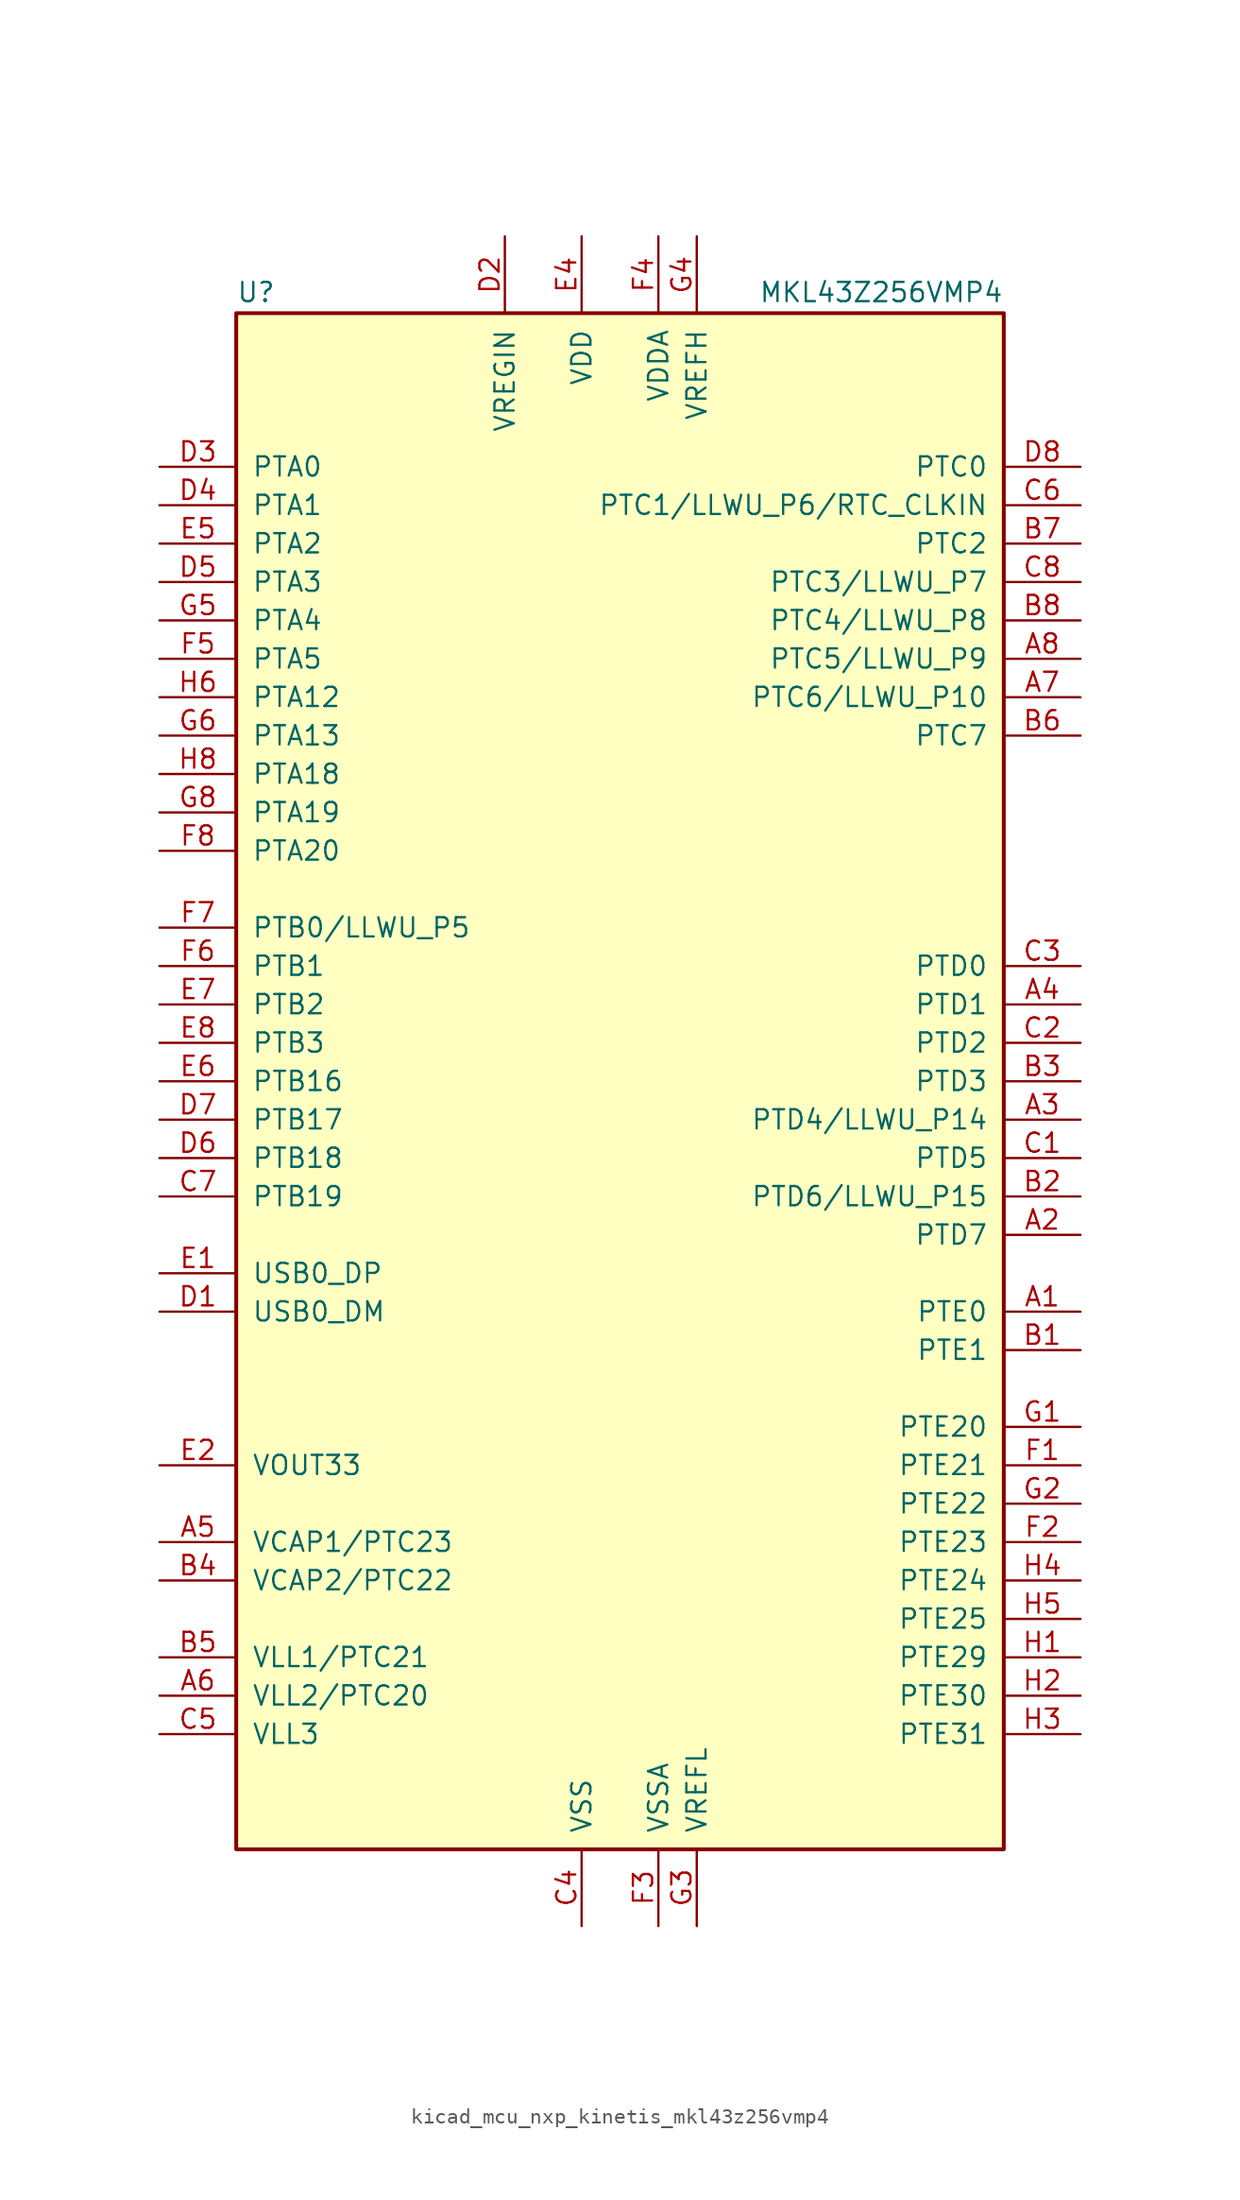
<source format=kicad_sym>
(kicad_symbol_lib
  (version 20220914)
  (generator kicad_symbol_editor)
  (symbol "kicad_mcu_nxp_kinetis_mkl43z256vmp4"
    (pin_names
      (offset 1.016))
    (property "Reference" "U"
      (at -25.4 51.435 0)
      (effects (font (size 1.27 1.27)) (justify left bottom)))
    (property "Value" "MKL43Z256VMP4"
      (at 25.4 51.435 0)
      (effects (font (size 1.27 1.27)) (justify right bottom)))
    (symbol "kicad_mcu_nxp_kinetis_mkl43z256vmp4_0_1"
      (rectangle (start -25.4 50.8) (end 25.4 -50.8) (stroke (width 0.254) (type default)) (fill (type background))))
    (symbol "kicad_mcu_nxp_kinetis_mkl43z256vmp4_1_1"
      (pin bidirectional line (at 30.48 -15.24 180) (length 5.08) (name "PTE0" (effects (font (size 1.27 1.27)))) (number "A1" (effects (font (size 1.27 1.27)))))
      (pin bidirectional line (at 30.48 -10.16 180) (length 5.08) (name "PTD7" (effects (font (size 1.27 1.27)))) (number "A2" (effects (font (size 1.27 1.27)))))
      (pin bidirectional line (at 30.48 -2.54 180) (length 5.08) (name "PTD4/LLWU_P14" (effects (font (size 1.27 1.27)))) (number "A3" (effects (font (size 1.27 1.27)))))
      (pin bidirectional line (at 30.48 5.08 180) (length 5.08) (name "PTD1" (effects (font (size 1.27 1.27)))) (number "A4" (effects (font (size 1.27 1.27)))))
      (pin passive line (at -30.48 -30.48 0) (length 5.08) (name "VCAP1/PTC23" (effects (font (size 1.27 1.27)))) (number "A5" (effects (font (size 1.27 1.27)))))
      (pin power_out line (at -30.48 -40.64 0) (length 5.08) (name "VLL2/PTC20" (effects (font (size 1.27 1.27)))) (number "A6" (effects (font (size 1.27 1.27)))))
      (pin bidirectional line (at 30.48 25.4 180) (length 5.08) (name "PTC6/LLWU_P10" (effects (font (size 1.27 1.27)))) (number "A7" (effects (font (size 1.27 1.27)))))
      (pin bidirectional line (at 30.48 27.94 180) (length 5.08) (name "PTC5/LLWU_P9" (effects (font (size 1.27 1.27)))) (number "A8" (effects (font (size 1.27 1.27)))))
      (pin bidirectional line (at 30.48 -17.78 180) (length 5.08) (name "PTE1" (effects (font (size 1.27 1.27)))) (number "B1" (effects (font (size 1.27 1.27)))))
      (pin bidirectional line (at 30.48 -7.62 180) (length 5.08) (name "PTD6/LLWU_P15" (effects (font (size 1.27 1.27)))) (number "B2" (effects (font (size 1.27 1.27)))))
      (pin bidirectional line (at 30.48 0 180) (length 5.08) (name "PTD3" (effects (font (size 1.27 1.27)))) (number "B3" (effects (font (size 1.27 1.27)))))
      (pin passive line (at -30.48 -33.02 0) (length 5.08) (name "VCAP2/PTC22" (effects (font (size 1.27 1.27)))) (number "B4" (effects (font (size 1.27 1.27)))))
      (pin power_out line (at -30.48 -38.1 0) (length 5.08) (name "VLL1/PTC21" (effects (font (size 1.27 1.27)))) (number "B5" (effects (font (size 1.27 1.27)))))
      (pin bidirectional line (at 30.48 22.86 180) (length 5.08) (name "PTC7" (effects (font (size 1.27 1.27)))) (number "B6" (effects (font (size 1.27 1.27)))))
      (pin bidirectional line (at 30.48 35.56 180) (length 5.08) (name "PTC2" (effects (font (size 1.27 1.27)))) (number "B7" (effects (font (size 1.27 1.27)))))
      (pin bidirectional line (at 30.48 30.48 180) (length 5.08) (name "PTC4/LLWU_P8" (effects (font (size 1.27 1.27)))) (number "B8" (effects (font (size 1.27 1.27)))))
      (pin bidirectional line (at 30.48 -5.08 180) (length 5.08) (name "PTD5" (effects (font (size 1.27 1.27)))) (number "C1" (effects (font (size 1.27 1.27)))))
      (pin bidirectional line (at 30.48 2.54 180) (length 5.08) (name "PTD2" (effects (font (size 1.27 1.27)))) (number "C2" (effects (font (size 1.27 1.27)))))
      (pin bidirectional line (at 30.48 7.62 180) (length 5.08) (name "PTD0" (effects (font (size 1.27 1.27)))) (number "C3" (effects (font (size 1.27 1.27)))))
      (pin power_in line (at -2.54 -55.88 90) (length 5.08) (name "VSS" (effects (font (size 1.27 1.27)))) (number "C4" (effects (font (size 1.27 1.27)))))
      (pin power_out line (at -30.48 -43.18 0) (length 5.08) (name "VLL3" (effects (font (size 1.27 1.27)))) (number "C5" (effects (font (size 1.27 1.27)))))
      (pin bidirectional line (at 30.48 38.1 180) (length 5.08) (name "PTC1/LLWU_P6/RTC_CLKIN" (effects (font (size 1.27 1.27)))) (number "C6" (effects (font (size 1.27 1.27)))))
      (pin bidirectional line (at -30.48 -7.62 0) (length 5.08) (name "PTB19" (effects (font (size 1.27 1.27)))) (number "C7" (effects (font (size 1.27 1.27)))))
      (pin bidirectional line (at 30.48 33.02 180) (length 5.08) (name "PTC3/LLWU_P7" (effects (font (size 1.27 1.27)))) (number "C8" (effects (font (size 1.27 1.27)))))
      (pin bidirectional line (at -30.48 -15.24 0) (length 5.08) (name "USB0_DM" (effects (font (size 1.27 1.27)))) (number "D1" (effects (font (size 1.27 1.27)))))
      (pin power_in line (at -7.62 55.88 270) (length 5.08) (name "VREGIN" (effects (font (size 1.27 1.27)))) (number "D2" (effects (font (size 1.27 1.27)))))
      (pin bidirectional line (at -30.48 40.64 0) (length 5.08) (name "PTA0" (effects (font (size 1.27 1.27)))) (number "D3" (effects (font (size 1.27 1.27)))))
      (pin bidirectional line (at -30.48 38.1 0) (length 5.08) (name "PTA1" (effects (font (size 1.27 1.27)))) (number "D4" (effects (font (size 1.27 1.27)))))
      (pin bidirectional line (at -30.48 33.02 0) (length 5.08) (name "PTA3" (effects (font (size 1.27 1.27)))) (number "D5" (effects (font (size 1.27 1.27)))))
      (pin bidirectional line (at -30.48 -5.08 0) (length 5.08) (name "PTB18" (effects (font (size 1.27 1.27)))) (number "D6" (effects (font (size 1.27 1.27)))))
      (pin bidirectional line (at -30.48 -2.54 0) (length 5.08) (name "PTB17" (effects (font (size 1.27 1.27)))) (number "D7" (effects (font (size 1.27 1.27)))))
      (pin bidirectional line (at 30.48 40.64 180) (length 5.08) (name "PTC0" (effects (font (size 1.27 1.27)))) (number "D8" (effects (font (size 1.27 1.27)))))
      (pin bidirectional line (at -30.48 -12.7 0) (length 5.08) (name "USB0_DP" (effects (font (size 1.27 1.27)))) (number "E1" (effects (font (size 1.27 1.27)))))
      (pin power_out line (at -30.48 -25.4 0) (length 5.08) (name "VOUT33" (effects (font (size 1.27 1.27)))) (number "E2" (effects (font (size 1.27 1.27)))))
      (pin passive line (at -2.54 -55.88 90) (length 5.08) hide (name "VSS" (effects (font (size 1.27 1.27)))) (number "E3" (effects (font (size 1.27 1.27)))))
      (pin power_in line (at -2.54 55.88 270) (length 5.08) (name "VDD" (effects (font (size 1.27 1.27)))) (number "E4" (effects (font (size 1.27 1.27)))))
      (pin bidirectional line (at -30.48 35.56 0) (length 5.08) (name "PTA2" (effects (font (size 1.27 1.27)))) (number "E5" (effects (font (size 1.27 1.27)))))
      (pin bidirectional line (at -30.48 0 0) (length 5.08) (name "PTB16" (effects (font (size 1.27 1.27)))) (number "E6" (effects (font (size 1.27 1.27)))))
      (pin bidirectional line (at -30.48 5.08 0) (length 5.08) (name "PTB2" (effects (font (size 1.27 1.27)))) (number "E7" (effects (font (size 1.27 1.27)))))
      (pin bidirectional line (at -30.48 2.54 0) (length 5.08) (name "PTB3" (effects (font (size 1.27 1.27)))) (number "E8" (effects (font (size 1.27 1.27)))))
      (pin bidirectional line (at 30.48 -25.4 180) (length 5.08) (name "PTE21" (effects (font (size 1.27 1.27)))) (number "F1" (effects (font (size 1.27 1.27)))))
      (pin bidirectional line (at 30.48 -30.48 180) (length 5.08) (name "PTE23" (effects (font (size 1.27 1.27)))) (number "F2" (effects (font (size 1.27 1.27)))))
      (pin power_in line (at 2.54 -55.88 90) (length 5.08) (name "VSSA" (effects (font (size 1.27 1.27)))) (number "F3" (effects (font (size 1.27 1.27)))))
      (pin power_in line (at 2.54 55.88 270) (length 5.08) (name "VDDA" (effects (font (size 1.27 1.27)))) (number "F4" (effects (font (size 1.27 1.27)))))
      (pin bidirectional line (at -30.48 27.94 0) (length 5.08) (name "PTA5" (effects (font (size 1.27 1.27)))) (number "F5" (effects (font (size 1.27 1.27)))))
      (pin bidirectional line (at -30.48 7.62 0) (length 5.08) (name "PTB1" (effects (font (size 1.27 1.27)))) (number "F6" (effects (font (size 1.27 1.27)))))
      (pin bidirectional line (at -30.48 10.16 0) (length 5.08) (name "PTB0/LLWU_P5" (effects (font (size 1.27 1.27)))) (number "F7" (effects (font (size 1.27 1.27)))))
      (pin bidirectional line (at -30.48 15.24 0) (length 5.08) (name "PTA20" (effects (font (size 1.27 1.27)))) (number "F8" (effects (font (size 1.27 1.27)))))
      (pin bidirectional line (at 30.48 -22.86 180) (length 5.08) (name "PTE20" (effects (font (size 1.27 1.27)))) (number "G1" (effects (font (size 1.27 1.27)))))
      (pin bidirectional line (at 30.48 -27.94 180) (length 5.08) (name "PTE22" (effects (font (size 1.27 1.27)))) (number "G2" (effects (font (size 1.27 1.27)))))
      (pin power_in line (at 5.08 -55.88 90) (length 5.08) (name "VREFL" (effects (font (size 1.27 1.27)))) (number "G3" (effects (font (size 1.27 1.27)))))
      (pin power_in line (at 5.08 55.88 270) (length 5.08) (name "VREFH" (effects (font (size 1.27 1.27)))) (number "G4" (effects (font (size 1.27 1.27)))))
      (pin bidirectional line (at -30.48 30.48 0) (length 5.08) (name "PTA4" (effects (font (size 1.27 1.27)))) (number "G5" (effects (font (size 1.27 1.27)))))
      (pin bidirectional line (at -30.48 22.86 0) (length 5.08) (name "PTA13" (effects (font (size 1.27 1.27)))) (number "G6" (effects (font (size 1.27 1.27)))))
      (pin passive line (at -2.54 55.88 270) (length 5.08) hide (name "VDD" (effects (font (size 1.27 1.27)))) (number "G7" (effects (font (size 1.27 1.27)))))
      (pin bidirectional line (at -30.48 17.78 0) (length 5.08) (name "PTA19" (effects (font (size 1.27 1.27)))) (number "G8" (effects (font (size 1.27 1.27)))))
      (pin bidirectional line (at 30.48 -38.1 180) (length 5.08) (name "PTE29" (effects (font (size 1.27 1.27)))) (number "H1" (effects (font (size 1.27 1.27)))))
      (pin bidirectional line (at 30.48 -40.64 180) (length 5.08) (name "PTE30" (effects (font (size 1.27 1.27)))) (number "H2" (effects (font (size 1.27 1.27)))))
      (pin bidirectional line (at 30.48 -43.18 180) (length 5.08) (name "PTE31" (effects (font (size 1.27 1.27)))) (number "H3" (effects (font (size 1.27 1.27)))))
      (pin bidirectional line (at 30.48 -33.02 180) (length 5.08) (name "PTE24" (effects (font (size 1.27 1.27)))) (number "H4" (effects (font (size 1.27 1.27)))))
      (pin bidirectional line (at 30.48 -35.56 180) (length 5.08) (name "PTE25" (effects (font (size 1.27 1.27)))) (number "H5" (effects (font (size 1.27 1.27)))))
      (pin bidirectional line (at -30.48 25.4 0) (length 5.08) (name "PTA12" (effects (font (size 1.27 1.27)))) (number "H6" (effects (font (size 1.27 1.27)))))
      (pin passive line (at -2.54 -55.88 90) (length 5.08) hide (name "VSS" (effects (font (size 1.27 1.27)))) (number "H7" (effects (font (size 1.27 1.27)))))
      (pin bidirectional line (at -30.48 20.32 0) (length 5.08) (name "PTA18" (effects (font (size 1.27 1.27)))) (number "H8" (effects (font (size 1.27 1.27))))))))
</source>
